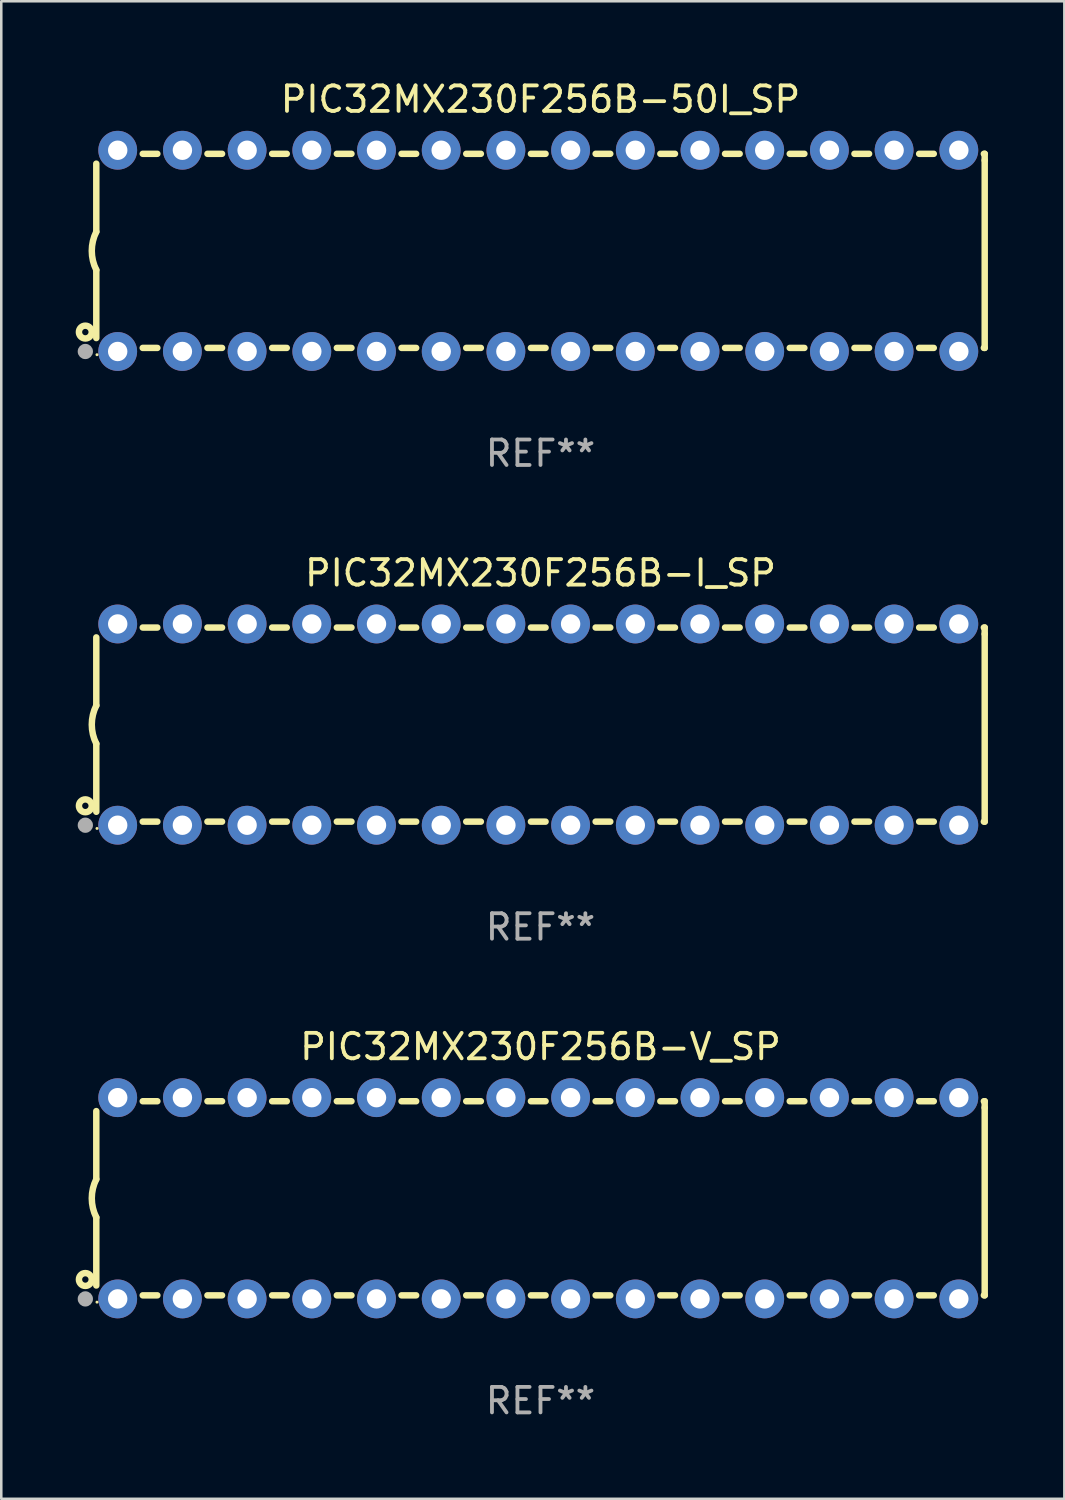
<source format=kicad_pcb>
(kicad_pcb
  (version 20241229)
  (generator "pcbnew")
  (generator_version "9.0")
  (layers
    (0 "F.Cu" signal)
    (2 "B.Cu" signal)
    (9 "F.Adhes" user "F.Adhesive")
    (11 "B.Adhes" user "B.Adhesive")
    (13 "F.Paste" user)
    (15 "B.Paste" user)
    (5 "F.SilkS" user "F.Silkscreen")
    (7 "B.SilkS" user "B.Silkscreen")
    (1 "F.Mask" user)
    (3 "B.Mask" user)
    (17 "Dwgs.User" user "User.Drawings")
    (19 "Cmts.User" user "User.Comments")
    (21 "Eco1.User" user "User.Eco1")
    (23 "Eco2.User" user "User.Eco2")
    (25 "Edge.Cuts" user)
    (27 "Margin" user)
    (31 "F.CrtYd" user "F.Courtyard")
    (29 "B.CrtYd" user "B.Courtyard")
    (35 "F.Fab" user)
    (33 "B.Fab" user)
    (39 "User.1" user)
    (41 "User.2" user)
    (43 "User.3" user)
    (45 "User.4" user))
  (footprint "PIC32MX230F256B-V_SP"
    (layer "F.Cu")
    (at 18.168 43.991)
    (property "Reference" "PIC32MX230F256B-V_SP" (at 0 -5.95 0) (layer "F.SilkS") (effects (font (size 1 1) (thickness 0.15))))
    (attr through_hole)
    (fp_line (start -17.438 0.75) (end -17.438 3.423) (stroke (width 0.254) (type solid)) (layer "F.SilkS"))
    (fp_line (start -17.438 -3.423) (end -17.438 -0.75) (stroke (width 0.254) (type solid)) (layer "F.SilkS"))
    (fp_line (start -15.615 3.81) (end -15.041 3.81) (stroke (width 0.254) (type solid)) (layer "F.SilkS"))
    (fp_line (start -15.041 -3.81) (end -15.614 -3.81) (stroke (width 0.254) (type solid)) (layer "F.SilkS"))
    (fp_line (start -13.075 3.81) (end -12.501 3.81) (stroke (width 0.254) (type solid)) (layer "F.SilkS"))
    (fp_line (start -12.501 -3.81) (end -13.074 -3.81) (stroke (width 0.254) (type solid)) (layer "F.SilkS"))
    (fp_line (start -10.535 3.81) (end -9.961 3.81) (stroke (width 0.254) (type solid)) (layer "F.SilkS"))
    (fp_line (start -9.961 -3.81) (end -10.534 -3.81) (stroke (width 0.254) (type solid)) (layer "F.SilkS"))
    (fp_line (start -7.995 3.81) (end -7.421 3.81) (stroke (width 0.254) (type solid)) (layer "F.SilkS"))
    (fp_line (start -7.421 -3.81) (end -7.995 -3.81) (stroke (width 0.254) (type solid)) (layer "F.SilkS"))
    (fp_line (start -5.455 3.81) (end -4.881 3.81) (stroke (width 0.254) (type solid)) (layer "F.SilkS"))
    (fp_line (start -4.881 -3.81) (end -5.455 -3.81) (stroke (width 0.254) (type solid)) (layer "F.SilkS"))
    (fp_line (start -2.915 3.81) (end -2.341 3.81) (stroke (width 0.254) (type solid)) (layer "F.SilkS"))
    (fp_line (start -2.341 -3.81) (end -2.915 -3.81) (stroke (width 0.254) (type solid)) (layer "F.SilkS"))
    (fp_line (start -0.375 3.81) (end 0.199 3.81) (stroke (width 0.254) (type solid)) (layer "F.SilkS"))
    (fp_line (start 0.199 -3.81) (end -0.375 -3.81) (stroke (width 0.254) (type solid)) (layer "F.SilkS"))
    (fp_line (start 2.165 3.81) (end 2.739 3.81) (stroke (width 0.254) (type solid)) (layer "F.SilkS"))
    (fp_line (start 2.739 -3.81) (end 2.165 -3.81) (stroke (width 0.254) (type solid)) (layer "F.SilkS"))
    (fp_line (start 4.705 3.81) (end 5.279 3.81) (stroke (width 0.254) (type solid)) (layer "F.SilkS"))
    (fp_line (start 5.279 -3.81) (end 4.705 -3.81) (stroke (width 0.254) (type solid)) (layer "F.SilkS"))
    (fp_line (start 7.245 3.81) (end 7.819 3.81) (stroke (width 0.254) (type solid)) (layer "F.SilkS"))
    (fp_line (start 7.819 -3.81) (end 7.245 -3.81) (stroke (width 0.254) (type solid)) (layer "F.SilkS"))
    (fp_line (start 9.785 3.81) (end 10.359 3.81) (stroke (width 0.254) (type solid)) (layer "F.SilkS"))
    (fp_line (start 10.359 -3.81) (end 9.785 -3.81) (stroke (width 0.254) (type solid)) (layer "F.SilkS"))
    (fp_line (start 12.325 3.81) (end 12.899 3.81) (stroke (width 0.254) (type solid)) (layer "F.SilkS"))
    (fp_line (start 12.899 -3.81) (end 12.325 -3.81) (stroke (width 0.254) (type solid)) (layer "F.SilkS"))
    (fp_line (start 14.865 3.81) (end 15.439 3.81) (stroke (width 0.254) (type solid)) (layer "F.SilkS"))
    (fp_line (start 15.439 -3.81) (end 14.865 -3.81) (stroke (width 0.254) (type solid)) (layer "F.SilkS"))
    (fp_line (start 17.405 3.81) (end 17.438 3.81) (stroke (width 0.254) (type solid)) (layer "F.SilkS"))
    (fp_line (start 17.438 -3.81) (end 17.405 -3.81) (stroke (width 0.254) (type solid)) (layer "F.SilkS"))
    (fp_line (start 17.438 -3.556) (end 17.438 -3.81) (stroke (width 0.254) (type solid)) (layer "F.SilkS"))
    (fp_line (start 17.438 3.81) (end 17.438 -3.556) (stroke (width 0.254) (type solid)) (layer "F.SilkS"))
    (fp_arc (start -17.437986 0.749657) (mid -17.614887 -0.000024) (end -17.437783 -0.749657) (stroke (width 0.254001) (type solid)) (layer "F.SilkS"))
    (fp_circle (center -17.868 3.188) (end -17.743 3.188) (stroke (width 0.254) (type solid)) (fill no) (layer "F.SilkS"))
    (fp_circle (center -17.411 4.077) (end -17.381 4.077) (stroke (width 0.06) (type solid)) (fill no) (layer "F.SilkS"))
    (fp_circle (center -17.868 3.95) (end -17.718 3.95) (stroke (width 0.3) (type solid)) (fill no) (layer "F.Fab"))
    (fp_text user "REF**" (at 0 7.95 0) (layer "F.Fab") (effects (font (size 1 1) (thickness 0.15))))
    (pad "1" thru_hole circle (at -16.598 3.95) (size 1.524 1.524) (drill 0.762) (layers "*.Cu" "*.Mask"))
    (pad "2" thru_hole circle (at -14.058 3.95) (size 1.524 1.524) (drill 0.762) (layers "*.Cu" "*.Mask"))
    (pad "3" thru_hole circle (at -11.518 3.95) (size 1.524 1.524) (drill 0.762) (layers "*.Cu" "*.Mask"))
    (pad "4" thru_hole circle (at -8.978 3.95) (size 1.524 1.524) (drill 0.762) (layers "*.Cu" "*.Mask"))
    (pad "5" thru_hole circle (at -6.438 3.95) (size 1.524 1.524) (drill 0.762) (layers "*.Cu" "*.Mask"))
    (pad "6" thru_hole circle (at -3.898 3.95) (size 1.524 1.524) (drill 0.762) (layers "*.Cu" "*.Mask"))
    (pad "7" thru_hole circle (at -1.358 3.95) (size 1.524 1.524) (drill 0.762) (layers "*.Cu" "*.Mask"))
    (pad "8" thru_hole circle (at 1.182 3.95) (size 1.524 1.524) (drill 0.762) (layers "*.Cu" "*.Mask"))
    (pad "9" thru_hole circle (at 3.722 3.95) (size 1.524 1.524) (drill 0.762) (layers "*.Cu" "*.Mask"))
    (pad "10" thru_hole circle (at 6.262 3.95) (size 1.524 1.524) (drill 0.762) (layers "*.Cu" "*.Mask"))
    (pad "11" thru_hole circle (at 8.802 3.95) (size 1.524 1.524) (drill 0.762) (layers "*.Cu" "*.Mask"))
    (pad "12" thru_hole circle (at 11.342 3.95) (size 1.524 1.524) (drill 0.762) (layers "*.Cu" "*.Mask"))
    (pad "13" thru_hole circle (at 13.882 3.95) (size 1.524 1.524) (drill 0.762) (layers "*.Cu" "*.Mask"))
    (pad "14" thru_hole circle (at 16.422 3.95) (size 1.524 1.524) (drill 0.762) (layers "*.Cu" "*.Mask"))
    (pad "15" thru_hole circle (at 16.422 -3.95) (size 1.524 1.524) (drill 0.762) (layers "*.Cu" "*.Mask"))
    (pad "16" thru_hole circle (at 13.882 -3.95) (size 1.524 1.524) (drill 0.762) (layers "*.Cu" "*.Mask"))
    (pad "17" thru_hole circle (at 11.342 -3.95) (size 1.524 1.524) (drill 0.762) (layers "*.Cu" "*.Mask"))
    (pad "18" thru_hole circle (at 8.802 -3.95) (size 1.524 1.524) (drill 0.762) (layers "*.Cu" "*.Mask"))
    (pad "19" thru_hole circle (at 6.262 -3.95) (size 1.524 1.524) (drill 0.762) (layers "*.Cu" "*.Mask"))
    (pad "20" thru_hole circle (at 3.722 -3.95) (size 1.524 1.524) (drill 0.762) (layers "*.Cu" "*.Mask"))
    (pad "21" thru_hole circle (at 1.182 -3.95) (size 1.524 1.524) (drill 0.762) (layers "*.Cu" "*.Mask"))
    (pad "22" thru_hole circle (at -1.358 -3.95) (size 1.524 1.524) (drill 0.762) (layers "*.Cu" "*.Mask"))
    (pad "23" thru_hole circle (at -3.898 -3.95) (size 1.524 1.524) (drill 0.762) (layers "*.Cu" "*.Mask"))
    (pad "24" thru_hole circle (at -6.438 -3.95) (size 1.524 1.524) (drill 0.762) (layers "*.Cu" "*.Mask"))
    (pad "25" thru_hole circle (at -8.978 -3.95) (size 1.524 1.524) (drill 0.762) (layers "*.Cu" "*.Mask"))
    (pad "26" thru_hole circle (at -11.517 -3.95) (size 1.524 1.524) (drill 0.762) (layers "*.Cu" "*.Mask"))
    (pad "27" thru_hole circle (at -14.057 -3.95) (size 1.524 1.524) (drill 0.762) (layers "*.Cu" "*.Mask"))
    (pad "28" thru_hole circle (at -16.597 -3.95) (size 1.524 1.524) (drill 0.762) (layers "*.Cu" "*.Mask")))
  (footprint "PIC32MX230F256B-I_SP"
    (layer "F.Cu")
    (at 18.168 25.395)
    (property "Reference" "PIC32MX230F256B-I_SP" (at 0 -5.95 0) (layer "F.SilkS") (effects (font (size 1 1) (thickness 0.15))))
    (attr through_hole)
    (fp_line (start -17.438 0.75) (end -17.438 3.423) (stroke (width 0.254) (type solid)) (layer "F.SilkS"))
    (fp_line (start -17.438 -3.423) (end -17.438 -0.75) (stroke (width 0.254) (type solid)) (layer "F.SilkS"))
    (fp_line (start -15.615 3.81) (end -15.041 3.81) (stroke (width 0.254) (type solid)) (layer "F.SilkS"))
    (fp_line (start -15.041 -3.81) (end -15.614 -3.81) (stroke (width 0.254) (type solid)) (layer "F.SilkS"))
    (fp_line (start -13.075 3.81) (end -12.501 3.81) (stroke (width 0.254) (type solid)) (layer "F.SilkS"))
    (fp_line (start -12.501 -3.81) (end -13.074 -3.81) (stroke (width 0.254) (type solid)) (layer "F.SilkS"))
    (fp_line (start -10.535 3.81) (end -9.961 3.81) (stroke (width 0.254) (type solid)) (layer "F.SilkS"))
    (fp_line (start -9.961 -3.81) (end -10.534 -3.81) (stroke (width 0.254) (type solid)) (layer "F.SilkS"))
    (fp_line (start -7.995 3.81) (end -7.421 3.81) (stroke (width 0.254) (type solid)) (layer "F.SilkS"))
    (fp_line (start -7.421 -3.81) (end -7.995 -3.81) (stroke (width 0.254) (type solid)) (layer "F.SilkS"))
    (fp_line (start -5.455 3.81) (end -4.881 3.81) (stroke (width 0.254) (type solid)) (layer "F.SilkS"))
    (fp_line (start -4.881 -3.81) (end -5.455 -3.81) (stroke (width 0.254) (type solid)) (layer "F.SilkS"))
    (fp_line (start -2.915 3.81) (end -2.341 3.81) (stroke (width 0.254) (type solid)) (layer "F.SilkS"))
    (fp_line (start -2.341 -3.81) (end -2.915 -3.81) (stroke (width 0.254) (type solid)) (layer "F.SilkS"))
    (fp_line (start -0.375 3.81) (end 0.199 3.81) (stroke (width 0.254) (type solid)) (layer "F.SilkS"))
    (fp_line (start 0.199 -3.81) (end -0.375 -3.81) (stroke (width 0.254) (type solid)) (layer "F.SilkS"))
    (fp_line (start 2.165 3.81) (end 2.739 3.81) (stroke (width 0.254) (type solid)) (layer "F.SilkS"))
    (fp_line (start 2.739 -3.81) (end 2.165 -3.81) (stroke (width 0.254) (type solid)) (layer "F.SilkS"))
    (fp_line (start 4.705 3.81) (end 5.279 3.81) (stroke (width 0.254) (type solid)) (layer "F.SilkS"))
    (fp_line (start 5.279 -3.81) (end 4.705 -3.81) (stroke (width 0.254) (type solid)) (layer "F.SilkS"))
    (fp_line (start 7.245 3.81) (end 7.819 3.81) (stroke (width 0.254) (type solid)) (layer "F.SilkS"))
    (fp_line (start 7.819 -3.81) (end 7.245 -3.81) (stroke (width 0.254) (type solid)) (layer "F.SilkS"))
    (fp_line (start 9.785 3.81) (end 10.359 3.81) (stroke (width 0.254) (type solid)) (layer "F.SilkS"))
    (fp_line (start 10.359 -3.81) (end 9.785 -3.81) (stroke (width 0.254) (type solid)) (layer "F.SilkS"))
    (fp_line (start 12.325 3.81) (end 12.899 3.81) (stroke (width 0.254) (type solid)) (layer "F.SilkS"))
    (fp_line (start 12.899 -3.81) (end 12.325 -3.81) (stroke (width 0.254) (type solid)) (layer "F.SilkS"))
    (fp_line (start 14.865 3.81) (end 15.439 3.81) (stroke (width 0.254) (type solid)) (layer "F.SilkS"))
    (fp_line (start 15.439 -3.81) (end 14.865 -3.81) (stroke (width 0.254) (type solid)) (layer "F.SilkS"))
    (fp_line (start 17.405 3.81) (end 17.438 3.81) (stroke (width 0.254) (type solid)) (layer "F.SilkS"))
    (fp_line (start 17.438 -3.81) (end 17.405 -3.81) (stroke (width 0.254) (type solid)) (layer "F.SilkS"))
    (fp_line (start 17.438 -3.556) (end 17.438 -3.81) (stroke (width 0.254) (type solid)) (layer "F.SilkS"))
    (fp_line (start 17.438 3.81) (end 17.438 -3.556) (stroke (width 0.254) (type solid)) (layer "F.SilkS"))
    (fp_arc (start -17.437986 0.749657) (mid -17.614887 -0.000024) (end -17.437783 -0.749657) (stroke (width 0.254001) (type solid)) (layer "F.SilkS"))
    (fp_circle (center -17.868 3.188) (end -17.743 3.188) (stroke (width 0.254) (type solid)) (fill no) (layer "F.SilkS"))
    (fp_circle (center -17.411 4.077) (end -17.381 4.077) (stroke (width 0.06) (type solid)) (fill no) (layer "F.SilkS"))
    (fp_circle (center -17.868 3.95) (end -17.718 3.95) (stroke (width 0.3) (type solid)) (fill no) (layer "F.Fab"))
    (fp_text user "REF**" (at 0 7.95 0) (layer "F.Fab") (effects (font (size 1 1) (thickness 0.15))))
    (pad "1" thru_hole circle (at -16.598 3.95) (size 1.524 1.524) (drill 0.762) (layers "*.Cu" "*.Mask"))
    (pad "2" thru_hole circle (at -14.058 3.95) (size 1.524 1.524) (drill 0.762) (layers "*.Cu" "*.Mask"))
    (pad "3" thru_hole circle (at -11.518 3.95) (size 1.524 1.524) (drill 0.762) (layers "*.Cu" "*.Mask"))
    (pad "4" thru_hole circle (at -8.978 3.95) (size 1.524 1.524) (drill 0.762) (layers "*.Cu" "*.Mask"))
    (pad "5" thru_hole circle (at -6.438 3.95) (size 1.524 1.524) (drill 0.762) (layers "*.Cu" "*.Mask"))
    (pad "6" thru_hole circle (at -3.898 3.95) (size 1.524 1.524) (drill 0.762) (layers "*.Cu" "*.Mask"))
    (pad "7" thru_hole circle (at -1.358 3.95) (size 1.524 1.524) (drill 0.762) (layers "*.Cu" "*.Mask"))
    (pad "8" thru_hole circle (at 1.182 3.95) (size 1.524 1.524) (drill 0.762) (layers "*.Cu" "*.Mask"))
    (pad "9" thru_hole circle (at 3.722 3.95) (size 1.524 1.524) (drill 0.762) (layers "*.Cu" "*.Mask"))
    (pad "10" thru_hole circle (at 6.262 3.95) (size 1.524 1.524) (drill 0.762) (layers "*.Cu" "*.Mask"))
    (pad "11" thru_hole circle (at 8.802 3.95) (size 1.524 1.524) (drill 0.762) (layers "*.Cu" "*.Mask"))
    (pad "12" thru_hole circle (at 11.342 3.95) (size 1.524 1.524) (drill 0.762) (layers "*.Cu" "*.Mask"))
    (pad "13" thru_hole circle (at 13.882 3.95) (size 1.524 1.524) (drill 0.762) (layers "*.Cu" "*.Mask"))
    (pad "14" thru_hole circle (at 16.422 3.95) (size 1.524 1.524) (drill 0.762) (layers "*.Cu" "*.Mask"))
    (pad "15" thru_hole circle (at 16.422 -3.95) (size 1.524 1.524) (drill 0.762) (layers "*.Cu" "*.Mask"))
    (pad "16" thru_hole circle (at 13.882 -3.95) (size 1.524 1.524) (drill 0.762) (layers "*.Cu" "*.Mask"))
    (pad "17" thru_hole circle (at 11.342 -3.95) (size 1.524 1.524) (drill 0.762) (layers "*.Cu" "*.Mask"))
    (pad "18" thru_hole circle (at 8.802 -3.95) (size 1.524 1.524) (drill 0.762) (layers "*.Cu" "*.Mask"))
    (pad "19" thru_hole circle (at 6.262 -3.95) (size 1.524 1.524) (drill 0.762) (layers "*.Cu" "*.Mask"))
    (pad "20" thru_hole circle (at 3.722 -3.95) (size 1.524 1.524) (drill 0.762) (layers "*.Cu" "*.Mask"))
    (pad "21" thru_hole circle (at 1.182 -3.95) (size 1.524 1.524) (drill 0.762) (layers "*.Cu" "*.Mask"))
    (pad "22" thru_hole circle (at -1.358 -3.95) (size 1.524 1.524) (drill 0.762) (layers "*.Cu" "*.Mask"))
    (pad "23" thru_hole circle (at -3.898 -3.95) (size 1.524 1.524) (drill 0.762) (layers "*.Cu" "*.Mask"))
    (pad "24" thru_hole circle (at -6.438 -3.95) (size 1.524 1.524) (drill 0.762) (layers "*.Cu" "*.Mask"))
    (pad "25" thru_hole circle (at -8.978 -3.95) (size 1.524 1.524) (drill 0.762) (layers "*.Cu" "*.Mask"))
    (pad "26" thru_hole circle (at -11.517 -3.95) (size 1.524 1.524) (drill 0.762) (layers "*.Cu" "*.Mask"))
    (pad "27" thru_hole circle (at -14.057 -3.95) (size 1.524 1.524) (drill 0.762) (layers "*.Cu" "*.Mask"))
    (pad "28" thru_hole circle (at -16.597 -3.95) (size 1.524 1.524) (drill 0.762) (layers "*.Cu" "*.Mask")))
  (footprint "PIC32MX230F256B-50I_SP"
    (layer "F.Cu")
    (at 18.168 6.798)
    (property "Reference" "PIC32MX230F256B-50I_SP" (at 0 -5.95 0) (layer "F.SilkS") (effects (font (size 1 1) (thickness 0.15))))
    (attr through_hole)
    (fp_line (start -17.438 0.75) (end -17.438 3.423) (stroke (width 0.254) (type solid)) (layer "F.SilkS"))
    (fp_line (start -17.438 -3.423) (end -17.438 -0.75) (stroke (width 0.254) (type solid)) (layer "F.SilkS"))
    (fp_line (start -15.615 3.81) (end -15.041 3.81) (stroke (width 0.254) (type solid)) (layer "F.SilkS"))
    (fp_line (start -15.041 -3.81) (end -15.614 -3.81) (stroke (width 0.254) (type solid)) (layer "F.SilkS"))
    (fp_line (start -13.075 3.81) (end -12.501 3.81) (stroke (width 0.254) (type solid)) (layer "F.SilkS"))
    (fp_line (start -12.501 -3.81) (end -13.074 -3.81) (stroke (width 0.254) (type solid)) (layer "F.SilkS"))
    (fp_line (start -10.535 3.81) (end -9.961 3.81) (stroke (width 0.254) (type solid)) (layer "F.SilkS"))
    (fp_line (start -9.961 -3.81) (end -10.534 -3.81) (stroke (width 0.254) (type solid)) (layer "F.SilkS"))
    (fp_line (start -7.995 3.81) (end -7.421 3.81) (stroke (width 0.254) (type solid)) (layer "F.SilkS"))
    (fp_line (start -7.421 -3.81) (end -7.995 -3.81) (stroke (width 0.254) (type solid)) (layer "F.SilkS"))
    (fp_line (start -5.455 3.81) (end -4.881 3.81) (stroke (width 0.254) (type solid)) (layer "F.SilkS"))
    (fp_line (start -4.881 -3.81) (end -5.455 -3.81) (stroke (width 0.254) (type solid)) (layer "F.SilkS"))
    (fp_line (start -2.915 3.81) (end -2.341 3.81) (stroke (width 0.254) (type solid)) (layer "F.SilkS"))
    (fp_line (start -2.341 -3.81) (end -2.915 -3.81) (stroke (width 0.254) (type solid)) (layer "F.SilkS"))
    (fp_line (start -0.375 3.81) (end 0.199 3.81) (stroke (width 0.254) (type solid)) (layer "F.SilkS"))
    (fp_line (start 0.199 -3.81) (end -0.375 -3.81) (stroke (width 0.254) (type solid)) (layer "F.SilkS"))
    (fp_line (start 2.165 3.81) (end 2.739 3.81) (stroke (width 0.254) (type solid)) (layer "F.SilkS"))
    (fp_line (start 2.739 -3.81) (end 2.165 -3.81) (stroke (width 0.254) (type solid)) (layer "F.SilkS"))
    (fp_line (start 4.705 3.81) (end 5.279 3.81) (stroke (width 0.254) (type solid)) (layer "F.SilkS"))
    (fp_line (start 5.279 -3.81) (end 4.705 -3.81) (stroke (width 0.254) (type solid)) (layer "F.SilkS"))
    (fp_line (start 7.245 3.81) (end 7.819 3.81) (stroke (width 0.254) (type solid)) (layer "F.SilkS"))
    (fp_line (start 7.819 -3.81) (end 7.245 -3.81) (stroke (width 0.254) (type solid)) (layer "F.SilkS"))
    (fp_line (start 9.785 3.81) (end 10.359 3.81) (stroke (width 0.254) (type solid)) (layer "F.SilkS"))
    (fp_line (start 10.359 -3.81) (end 9.785 -3.81) (stroke (width 0.254) (type solid)) (layer "F.SilkS"))
    (fp_line (start 12.325 3.81) (end 12.899 3.81) (stroke (width 0.254) (type solid)) (layer "F.SilkS"))
    (fp_line (start 12.899 -3.81) (end 12.325 -3.81) (stroke (width 0.254) (type solid)) (layer "F.SilkS"))
    (fp_line (start 14.865 3.81) (end 15.439 3.81) (stroke (width 0.254) (type solid)) (layer "F.SilkS"))
    (fp_line (start 15.439 -3.81) (end 14.865 -3.81) (stroke (width 0.254) (type solid)) (layer "F.SilkS"))
    (fp_line (start 17.405 3.81) (end 17.438 3.81) (stroke (width 0.254) (type solid)) (layer "F.SilkS"))
    (fp_line (start 17.438 -3.81) (end 17.405 -3.81) (stroke (width 0.254) (type solid)) (layer "F.SilkS"))
    (fp_line (start 17.438 -3.556) (end 17.438 -3.81) (stroke (width 0.254) (type solid)) (layer "F.SilkS"))
    (fp_line (start 17.438 3.81) (end 17.438 -3.556) (stroke (width 0.254) (type solid)) (layer "F.SilkS"))
    (fp_arc (start -17.437986 0.749657) (mid -17.614887 -0.000024) (end -17.437783 -0.749657) (stroke (width 0.254001) (type solid)) (layer "F.SilkS"))
    (fp_circle (center -17.868 3.188) (end -17.743 3.188) (stroke (width 0.254) (type solid)) (fill no) (layer "F.SilkS"))
    (fp_circle (center -17.411 4.077) (end -17.381 4.077) (stroke (width 0.06) (type solid)) (fill no) (layer "F.SilkS"))
    (fp_circle (center -17.868 3.95) (end -17.718 3.95) (stroke (width 0.3) (type solid)) (fill no) (layer "F.Fab"))
    (fp_text user "REF**" (at 0 7.95 0) (layer "F.Fab") (effects (font (size 1 1) (thickness 0.15))))
    (pad "1" thru_hole circle (at -16.598 3.95) (size 1.524 1.524) (drill 0.762) (layers "*.Cu" "*.Mask"))
    (pad "2" thru_hole circle (at -14.058 3.95) (size 1.524 1.524) (drill 0.762) (layers "*.Cu" "*.Mask"))
    (pad "3" thru_hole circle (at -11.518 3.95) (size 1.524 1.524) (drill 0.762) (layers "*.Cu" "*.Mask"))
    (pad "4" thru_hole circle (at -8.978 3.95) (size 1.524 1.524) (drill 0.762) (layers "*.Cu" "*.Mask"))
    (pad "5" thru_hole circle (at -6.438 3.95) (size 1.524 1.524) (drill 0.762) (layers "*.Cu" "*.Mask"))
    (pad "6" thru_hole circle (at -3.898 3.95) (size 1.524 1.524) (drill 0.762) (layers "*.Cu" "*.Mask"))
    (pad "7" thru_hole circle (at -1.358 3.95) (size 1.524 1.524) (drill 0.762) (layers "*.Cu" "*.Mask"))
    (pad "8" thru_hole circle (at 1.182 3.95) (size 1.524 1.524) (drill 0.762) (layers "*.Cu" "*.Mask"))
    (pad "9" thru_hole circle (at 3.722 3.95) (size 1.524 1.524) (drill 0.762) (layers "*.Cu" "*.Mask"))
    (pad "10" thru_hole circle (at 6.262 3.95) (size 1.524 1.524) (drill 0.762) (layers "*.Cu" "*.Mask"))
    (pad "11" thru_hole circle (at 8.802 3.95) (size 1.524 1.524) (drill 0.762) (layers "*.Cu" "*.Mask"))
    (pad "12" thru_hole circle (at 11.342 3.95) (size 1.524 1.524) (drill 0.762) (layers "*.Cu" "*.Mask"))
    (pad "13" thru_hole circle (at 13.882 3.95) (size 1.524 1.524) (drill 0.762) (layers "*.Cu" "*.Mask"))
    (pad "14" thru_hole circle (at 16.422 3.95) (size 1.524 1.524) (drill 0.762) (layers "*.Cu" "*.Mask"))
    (pad "15" thru_hole circle (at 16.422 -3.95) (size 1.524 1.524) (drill 0.762) (layers "*.Cu" "*.Mask"))
    (pad "16" thru_hole circle (at 13.882 -3.95) (size 1.524 1.524) (drill 0.762) (layers "*.Cu" "*.Mask"))
    (pad "17" thru_hole circle (at 11.342 -3.95) (size 1.524 1.524) (drill 0.762) (layers "*.Cu" "*.Mask"))
    (pad "18" thru_hole circle (at 8.802 -3.95) (size 1.524 1.524) (drill 0.762) (layers "*.Cu" "*.Mask"))
    (pad "19" thru_hole circle (at 6.262 -3.95) (size 1.524 1.524) (drill 0.762) (layers "*.Cu" "*.Mask"))
    (pad "20" thru_hole circle (at 3.722 -3.95) (size 1.524 1.524) (drill 0.762) (layers "*.Cu" "*.Mask"))
    (pad "21" thru_hole circle (at 1.182 -3.95) (size 1.524 1.524) (drill 0.762) (layers "*.Cu" "*.Mask"))
    (pad "22" thru_hole circle (at -1.358 -3.95) (size 1.524 1.524) (drill 0.762) (layers "*.Cu" "*.Mask"))
    (pad "23" thru_hole circle (at -3.898 -3.95) (size 1.524 1.524) (drill 0.762) (layers "*.Cu" "*.Mask"))
    (pad "24" thru_hole circle (at -6.438 -3.95) (size 1.524 1.524) (drill 0.762) (layers "*.Cu" "*.Mask"))
    (pad "25" thru_hole circle (at -8.978 -3.95) (size 1.524 1.524) (drill 0.762) (layers "*.Cu" "*.Mask"))
    (pad "26" thru_hole circle (at -11.517 -3.95) (size 1.524 1.524) (drill 0.762) (layers "*.Cu" "*.Mask"))
    (pad "27" thru_hole circle (at -14.057 -3.95) (size 1.524 1.524) (drill 0.762) (layers "*.Cu" "*.Mask"))
    (pad "28" thru_hole circle (at -16.597 -3.95) (size 1.524 1.524) (drill 0.762) (layers "*.Cu" "*.Mask")))
  (gr_rect
    (start -3 -3)
    (end 38.733 55.789)
    (stroke (width 0.1) (type default))
    (fill no)
    (layer "Edge.Cuts")))
</source>
